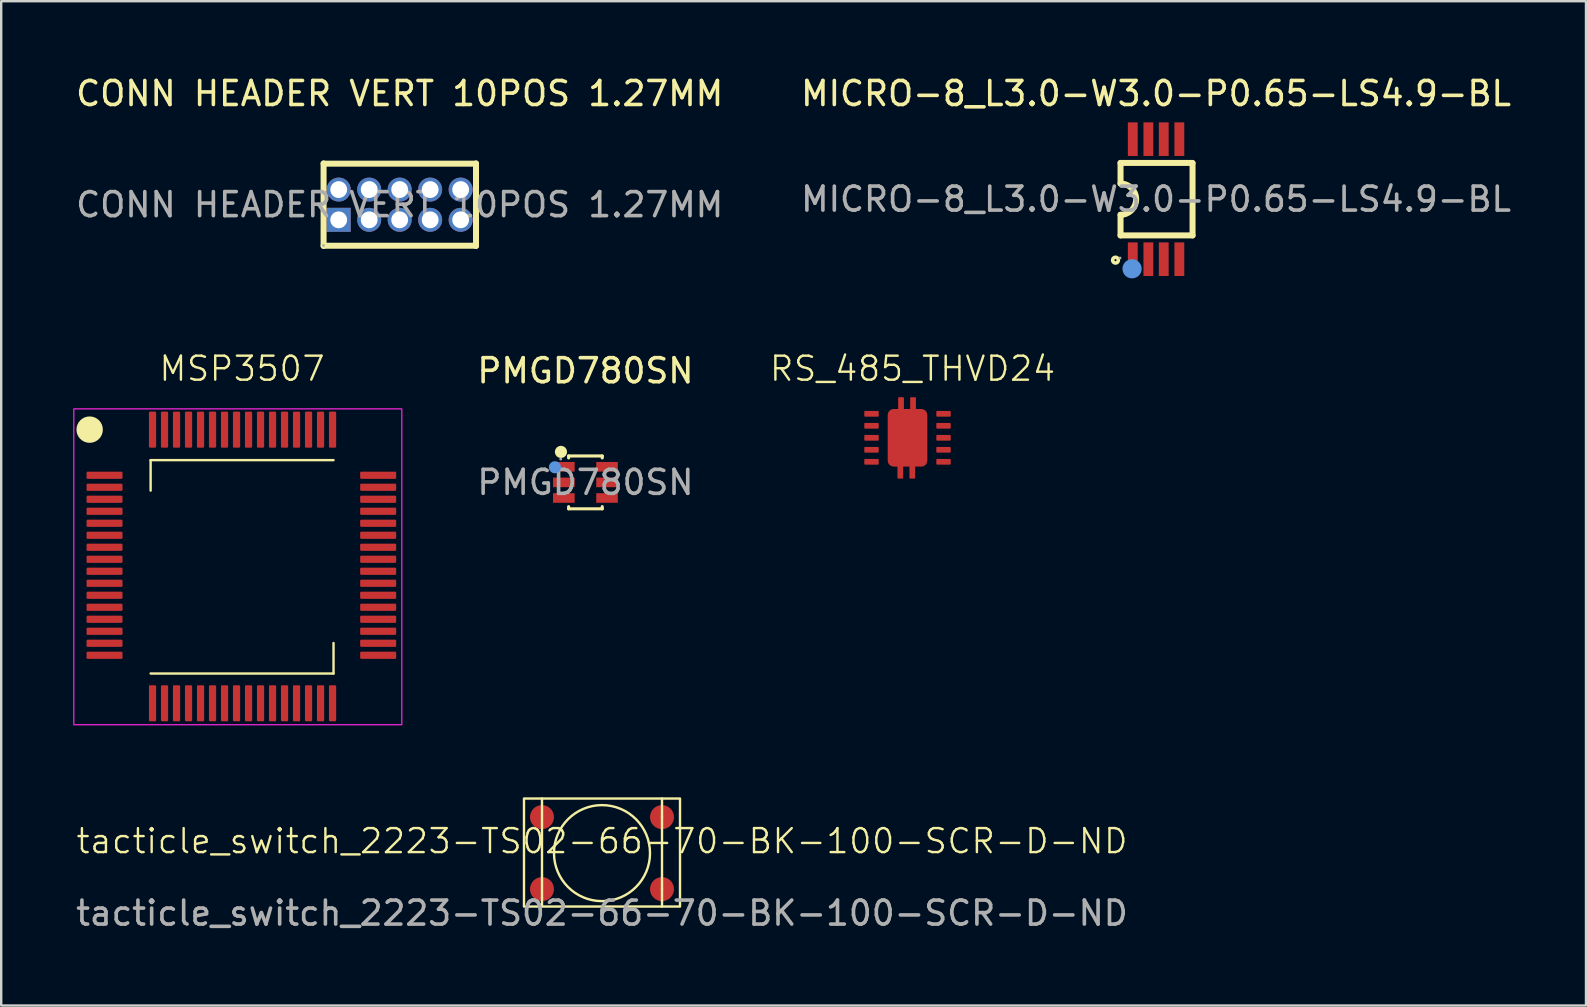
<source format=kicad_pcb>
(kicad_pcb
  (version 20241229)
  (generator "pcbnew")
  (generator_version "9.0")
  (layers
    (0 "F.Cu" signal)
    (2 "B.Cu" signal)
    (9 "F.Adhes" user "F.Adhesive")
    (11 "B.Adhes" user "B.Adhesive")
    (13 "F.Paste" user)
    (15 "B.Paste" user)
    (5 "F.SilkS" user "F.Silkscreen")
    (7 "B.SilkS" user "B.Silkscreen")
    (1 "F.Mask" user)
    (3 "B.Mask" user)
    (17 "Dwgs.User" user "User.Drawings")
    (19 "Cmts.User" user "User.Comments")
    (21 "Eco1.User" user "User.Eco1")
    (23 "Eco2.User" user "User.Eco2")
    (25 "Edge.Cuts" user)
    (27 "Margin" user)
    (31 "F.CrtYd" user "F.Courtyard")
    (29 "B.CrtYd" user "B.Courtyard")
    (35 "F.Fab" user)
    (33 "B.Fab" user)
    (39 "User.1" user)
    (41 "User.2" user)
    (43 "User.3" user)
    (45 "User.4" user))
  (footprint "MICRO-8_L3.0-W3.0-P0.65-LS4.9-BL"
    (layer "F.Cu")
    (at 45.113 5.248)
    (property "Reference" "MICRO-8_L3.0-W3.0-P0.65-LS4.9-BL" (at 0 -4.4 0) (layer "F.SilkS") (effects (font (size 1 1) (thickness 0.15))))
    (attr smd)
    (fp_line (start -1.48 -1.51) (end 1.52 -1.51) (stroke (width 0.25) (type solid)) (layer "F.SilkS"))
    (fp_line (start -1.48 -0.65) (end -1.48 -1.51) (stroke (width 0.25) (type solid)) (layer "F.SilkS"))
    (fp_line (start -1.48 1.51) (end -1.48 0.65) (stroke (width 0.25) (type solid)) (layer "F.SilkS"))
    (fp_line (start -1.48 1.51) (end 1.52 1.51) (stroke (width 0.25) (type solid)) (layer "F.SilkS"))
    (fp_line (start 1.52 1.51) (end 1.52 -1.49) (stroke (width 0.25) (type solid)) (layer "F.SilkS"))
    (fp_arc (start -1.69 2.42) (mid -1.684996 2.659896) (end -1.7 2.420417) (stroke (width 0.15) (type solid)) (layer "F.SilkS"))
    (fp_arc (start -1.48 -0.65) (mid -0.83 0) (end -1.48 0.65) (stroke (width 0.25) (type solid)) (layer "F.SilkS"))
    (fp_circle (center -1 2.9) (end -0.8 2.9) (stroke (width 0.4) (type solid)) (fill no) (layer "Cmts.User"))
    (fp_circle (center -1.5 2.45) (end -1.47 2.45) (stroke (width 0.06) (type solid)) (fill no) (layer "F.Fab"))
    (fp_text user "${REFERENCE}" (at 0 0 0) (layer "F.Fab") (effects (font (size 1 1) (thickness 0.15))))
    (pad "1" smd rect (at -0.97 2.5 90) (size 1.4 0.41) (layers "F.Cu" "F.Mask" "F.Paste"))
    (pad "2" smd rect (at -0.32 2.5 90) (size 1.4 0.41) (layers "F.Cu" "F.Mask" "F.Paste"))
    (pad "3" smd rect (at 0.32 2.5 90) (size 1.4 0.41) (layers "F.Cu" "F.Mask" "F.Paste"))
    (pad "4" smd rect (at 0.97 2.5 90) (size 1.4 0.41) (layers "F.Cu" "F.Mask" "F.Paste"))
    (pad "5" smd rect (at 0.97 -2.5 90) (size 1.4 0.41) (layers "F.Cu" "F.Mask" "F.Paste"))
    (pad "6" smd rect (at 0.32 -2.5 90) (size 1.4 0.41) (layers "F.Cu" "F.Mask" "F.Paste"))
    (pad "7" smd rect (at -0.32 -2.5 90) (size 1.4 0.41) (layers "F.Cu" "F.Mask" "F.Paste"))
    (pad "8" smd rect (at -0.97 -2.5 90) (size 1.4 0.41) (layers "F.Cu" "F.Mask" "F.Paste")))
  (footprint "CONN HEADER VERT 10POS 1.27MM"
    (layer "F.Cu")
    (at 13.601 5.478)
    (property "Reference" "CONN HEADER VERT 10POS 1.27MM" (at 0 -4.63 0) (layer "F.SilkS") (effects (font (size 1 1) (thickness 0.15))))
    (attr through_hole)
    (fp_line (start -3.17 -1.72) (end -3.17 1.72) (stroke (width 0.25) (type solid)) (layer "F.SilkS"))
    (fp_line (start -3.17 -1.71) (end 3.18 -1.71) (stroke (width 0.25) (type solid)) (layer "F.SilkS"))
    (fp_line (start -3.17 1.71) (end 3.18 1.71) (stroke (width 0.25) (type solid)) (layer "F.SilkS"))
    (fp_line (start 3.18 -1.72) (end 3.18 1.72) (stroke (width 0.25) (type solid)) (layer "F.SilkS"))
    (fp_circle (center -3.17 1.7) (end -3.14 1.7) (stroke (width 0.06) (type solid)) (fill no) (layer "F.Fab"))
    (fp_text user "${REFERENCE}" (at 0 0 0) (layer "F.Fab") (effects (font (size 1 1) (thickness 0.15))))
    (pad "1" thru_hole rect (at -2.54 0.63) (size 1 1) (drill 0.7) (layers "*.Cu" "*.Mask"))
    (pad "2" thru_hole circle (at -2.54 -0.63) (size 1 1) (drill 0.7) (layers "*.Cu" "*.Mask"))
    (pad "3" thru_hole circle (at -1.27 0.63) (size 1 1) (drill 0.7) (layers "*.Cu" "*.Mask"))
    (pad "4" thru_hole circle (at -1.27 -0.63) (size 1 1) (drill 0.7) (layers "*.Cu" "*.Mask"))
    (pad "5" thru_hole circle (at 0 0.63) (size 1 1) (drill 0.7) (layers "*.Cu" "*.Mask"))
    (pad "6" thru_hole circle (at 0 -0.63) (size 1 1) (drill 0.7) (layers "*.Cu" "*.Mask"))
    (pad "7" thru_hole circle (at 1.27 0.63) (size 1 1) (drill 0.7) (layers "*.Cu" "*.Mask"))
    (pad "8" thru_hole circle (at 1.27 -0.63) (size 1 1) (drill 0.7) (layers "*.Cu" "*.Mask"))
    (pad "9" thru_hole circle (at 2.54 0.63) (size 1 1) (drill 0.7) (layers "*.Cu" "*.Mask"))
    (pad "10" thru_hole circle (at 2.54 -0.63) (size 1 1) (drill 0.7) (layers "*.Cu" "*.Mask")))
  (footprint "RS_485_THVD24"
    (layer "F.Cu")
    (at 34.758 15.189)
    (property "Reference" "RS_485_THVD24" (at 0.21 -2.88 0) (unlocked yes) (layer "F.SilkS") (effects (font (size 1 1) (thickness 0.1))))
    (attr smd)
    (pad "1" smd roundrect (at -1.5 -1) (size 0.6 0.24) (layers "F.Cu" "F.Mask" "F.Paste") (roundrect_rratio 0.15))
    (pad "1" smd roundrect (at -1.5 -0.5) (size 0.6 0.24) (layers "F.Cu" "F.Mask" "F.Paste") (roundrect_rratio 0.15))
    (pad "1" smd roundrect (at -1.5 0) (size 0.6 0.24) (layers "F.Cu" "F.Mask" "F.Paste") (roundrect_rratio 0.15))
    (pad "1" smd roundrect (at -1.5 0.5) (size 0.6 0.24) (layers "F.Cu" "F.Mask" "F.Paste") (roundrect_rratio 0.15))
    (pad "1" smd roundrect (at -1.5 1) (size 0.6 0.24) (layers "F.Cu" "F.Mask" "F.Paste") (roundrect_rratio 0.15))
    (pad "1" smd roundrect (at 1.5 -1) (size 0.6 0.24) (layers "F.Cu" "F.Mask" "F.Paste") (roundrect_rratio 0.15))
    (pad "1" smd roundrect (at 1.5 -0.5) (size 0.6 0.24) (layers "F.Cu" "F.Mask" "F.Paste") (roundrect_rratio 0.15))
    (pad "1" smd roundrect (at 1.5 0) (size 0.6 0.24) (layers "F.Cu" "F.Mask" "F.Paste") (roundrect_rratio 0.15))
    (pad "1" smd roundrect (at 1.5 0.5) (size 0.6 0.24) (layers "F.Cu" "F.Mask" "F.Paste") (roundrect_rratio 0.15))
    (pad "1" smd roundrect (at 1.5 1) (size 0.6 0.24) (layers "F.Cu" "F.Mask" "F.Paste") (roundrect_rratio 0.15))
    (pad "2" smd circle (at -0.65 0.17 90) (size 0.2 0.2) (layers "F.Cu" "F.Mask" "F.Paste"))
    (pad "2" smd circle (at -0.01 -0.99 90) (size 0.2 0.2) (layers "F.Cu" "F.Mask" "F.Paste"))
    (pad "2" smd circle (at 0.68 0.19 90) (size 0.2 0.2) (layers "F.Cu" "F.Mask" "F.Paste"))
    (pad "11" smd roundrect (at -0.3 1.4 90) (size 0.6 0.24) (layers "F.Cu" "F.Mask" "F.Paste") (roundrect_rratio 0.15))
    (pad "11" smd roundrect (at -0.27 -1.39 90) (size 0.6 0.24) (layers "F.Cu" "F.Mask" "F.Paste") (roundrect_rratio 0.15))
    (pad "11" smd roundrect (at 0 0 90) (size 2.4 1.65) (layers "F.Cu" "F.Mask" "F.Paste") (roundrect_rratio 0.15))
    (pad "11" smd roundrect (at 0.2 1.4 90) (size 0.6 0.24) (layers "F.Cu" "F.Mask" "F.Paste") (roundrect_rratio 0.15))
    (pad "11" smd roundrect (at 0.23 -1.39 90) (size 0.6 0.24) (layers "F.Cu" "F.Mask" "F.Paste") (roundrect_rratio 0.15)))
  (footprint "MSP3507"
    (layer "F.Cu")
    (at 7.035 21.199)
    (property "Reference" "MSP3507" (at 0 -8.89 0) (unlocked yes) (layer "F.SilkS") (effects (font (size 1 1) (thickness 0.1))))
    (attr smd)
    (fp_line (start -3.81 -5.08) (end -3.81 -3.81) (stroke (width 0.1) (type default)) (layer "F.SilkS"))
    (fp_line (start -3.81 3.81) (end 3.81 3.81) (stroke (width 0.1) (type default)) (layer "F.SilkS"))
    (fp_line (start 3.81 -5.08) (end -3.81 -5.08) (stroke (width 0.1) (type default)) (layer "F.SilkS"))
    (fp_line (start 3.81 3.81) (end 3.81 2.54) (stroke (width 0.1) (type default)) (layer "F.SilkS"))
    (fp_circle (center -6.35 -6.35) (end -5.85 -6.35) (stroke (width 0.1) (type default)) (fill yes) (layer "F.SilkS"))
    (fp_rect (start -7.01 -7.214) (end 6.655 5.944) (stroke (width 0.05) (type default)) (fill no) (layer "F.CrtYd"))
    (pad "2" smd roundrect (at -5.73 -4.45) (size 1.5 0.3) (layers "F.Cu" "F.Mask" "F.Paste") (roundrect_rratio 0.15))
    (pad "2" smd roundrect (at -5.73 -3.95) (size 1.5 0.3) (layers "F.Cu" "F.Mask" "F.Paste") (roundrect_rratio 0.15))
    (pad "2" smd roundrect (at -5.73 -3.45) (size 1.5 0.3) (layers "F.Cu" "F.Mask" "F.Paste") (roundrect_rratio 0.15))
    (pad "2" smd roundrect (at -5.73 -2.95) (size 1.5 0.3) (layers "F.Cu" "F.Mask" "F.Paste") (roundrect_rratio 0.15))
    (pad "2" smd roundrect (at -5.73 -2.45) (size 1.5 0.3) (layers "F.Cu" "F.Mask" "F.Paste") (roundrect_rratio 0.15))
    (pad "2" smd roundrect (at -5.73 -1.95) (size 1.5 0.3) (layers "F.Cu" "F.Mask" "F.Paste") (roundrect_rratio 0.15))
    (pad "2" smd roundrect (at -5.73 -1.45) (size 1.5 0.3) (layers "F.Cu" "F.Mask" "F.Paste") (roundrect_rratio 0.15))
    (pad "2" smd roundrect (at -5.73 -0.95) (size 1.5 0.3) (layers "F.Cu" "F.Mask" "F.Paste") (roundrect_rratio 0.15))
    (pad "2" smd roundrect (at -5.73 -0.45) (size 1.5 0.3) (layers "F.Cu" "F.Mask" "F.Paste") (roundrect_rratio 0.15))
    (pad "2" smd roundrect (at -5.73 0.05) (size 1.5 0.3) (layers "F.Cu" "F.Mask" "F.Paste") (roundrect_rratio 0.15))
    (pad "2" smd roundrect (at -5.73 0.55) (size 1.5 0.3) (layers "F.Cu" "F.Mask" "F.Paste") (roundrect_rratio 0.15))
    (pad "2" smd roundrect (at -5.73 1.05) (size 1.5 0.3) (layers "F.Cu" "F.Mask" "F.Paste") (roundrect_rratio 0.15))
    (pad "2" smd roundrect (at -5.73 1.55) (size 1.5 0.3) (layers "F.Cu" "F.Mask" "F.Paste") (roundrect_rratio 0.15))
    (pad "2" smd roundrect (at -5.73 2.05) (size 1.5 0.3) (layers "F.Cu" "F.Mask" "F.Paste") (roundrect_rratio 0.15))
    (pad "2" smd roundrect (at -5.73 2.55) (size 1.5 0.3) (layers "F.Cu" "F.Mask" "F.Paste") (roundrect_rratio 0.15))
    (pad "2" smd roundrect (at -5.73 3.05) (size 1.5 0.3) (layers "F.Cu" "F.Mask" "F.Paste") (roundrect_rratio 0.15))
    (pad "2" smd roundrect (at -3.73 -6.35 90) (size 1.5 0.3) (layers "F.Cu" "F.Mask" "F.Paste") (roundrect_rratio 0.15))
    (pad "2" smd roundrect (at -3.73 5.05 90) (size 1.5 0.3) (layers "F.Cu" "F.Mask" "F.Paste") (roundrect_rratio 0.15))
    (pad "2" smd roundrect (at -3.23 -6.35 90) (size 1.5 0.3) (layers "F.Cu" "F.Mask" "F.Paste") (roundrect_rratio 0.15))
    (pad "2" smd roundrect (at -3.23 5.05 90) (size 1.5 0.3) (layers "F.Cu" "F.Mask" "F.Paste") (roundrect_rratio 0.15))
    (pad "2" smd roundrect (at -2.73 -6.35 90) (size 1.5 0.3) (layers "F.Cu" "F.Mask" "F.Paste") (roundrect_rratio 0.15))
    (pad "2" smd roundrect (at -2.73 5.05 90) (size 1.5 0.3) (layers "F.Cu" "F.Mask" "F.Paste") (roundrect_rratio 0.15))
    (pad "2" smd roundrect (at -2.23 -6.35 90) (size 1.5 0.3) (layers "F.Cu" "F.Mask" "F.Paste") (roundrect_rratio 0.15))
    (pad "2" smd roundrect (at -2.23 5.05 90) (size 1.5 0.3) (layers "F.Cu" "F.Mask" "F.Paste") (roundrect_rratio 0.15))
    (pad "2" smd roundrect (at -1.73 -6.35 90) (size 1.5 0.3) (layers "F.Cu" "F.Mask" "F.Paste") (roundrect_rratio 0.15))
    (pad "2" smd roundrect (at -1.73 5.05 90) (size 1.5 0.3) (layers "F.Cu" "F.Mask" "F.Paste") (roundrect_rratio 0.15))
    (pad "2" smd roundrect (at -1.23 -6.35 90) (size 1.5 0.3) (layers "F.Cu" "F.Mask" "F.Paste") (roundrect_rratio 0.15))
    (pad "2" smd roundrect (at -1.23 5.05 90) (size 1.5 0.3) (layers "F.Cu" "F.Mask" "F.Paste") (roundrect_rratio 0.15))
    (pad "2" smd roundrect (at -0.73 -6.35 90) (size 1.5 0.3) (layers "F.Cu" "F.Mask" "F.Paste") (roundrect_rratio 0.15))
    (pad "2" smd roundrect (at -0.73 5.05 90) (size 1.5 0.3) (layers "F.Cu" "F.Mask" "F.Paste") (roundrect_rratio 0.15))
    (pad "2" smd roundrect (at -0.23 -6.35 90) (size 1.5 0.3) (layers "F.Cu" "F.Mask" "F.Paste") (roundrect_rratio 0.15))
    (pad "2" smd roundrect (at -0.23 5.05 90) (size 1.5 0.3) (layers "F.Cu" "F.Mask" "F.Paste") (roundrect_rratio 0.15))
    (pad "2" smd roundrect (at 0.27 -6.35 90) (size 1.5 0.3) (layers "F.Cu" "F.Mask" "F.Paste") (roundrect_rratio 0.15))
    (pad "2" smd roundrect (at 0.27 5.05 90) (size 1.5 0.3) (layers "F.Cu" "F.Mask" "F.Paste") (roundrect_rratio 0.15))
    (pad "2" smd roundrect (at 0.77 -6.35 90) (size 1.5 0.3) (layers "F.Cu" "F.Mask" "F.Paste") (roundrect_rratio 0.15))
    (pad "2" smd roundrect (at 0.77 5.05 90) (size 1.5 0.3) (layers "F.Cu" "F.Mask" "F.Paste") (roundrect_rratio 0.15))
    (pad "2" smd roundrect (at 1.27 -6.35 90) (size 1.5 0.3) (layers "F.Cu" "F.Mask" "F.Paste") (roundrect_rratio 0.15))
    (pad "2" smd roundrect (at 1.27 5.05 90) (size 1.5 0.3) (layers "F.Cu" "F.Mask" "F.Paste") (roundrect_rratio 0.15))
    (pad "2" smd roundrect (at 1.77 -6.35 90) (size 1.5 0.3) (layers "F.Cu" "F.Mask" "F.Paste") (roundrect_rratio 0.15))
    (pad "2" smd roundrect (at 1.77 5.05 90) (size 1.5 0.3) (layers "F.Cu" "F.Mask" "F.Paste") (roundrect_rratio 0.15))
    (pad "2" smd roundrect (at 2.27 -6.35 90) (size 1.5 0.3) (layers "F.Cu" "F.Mask" "F.Paste") (roundrect_rratio 0.15))
    (pad "2" smd roundrect (at 2.27 5.05 90) (size 1.5 0.3) (layers "F.Cu" "F.Mask" "F.Paste") (roundrect_rratio 0.15))
    (pad "2" smd roundrect (at 2.77 -6.35 90) (size 1.5 0.3) (layers "F.Cu" "F.Mask" "F.Paste") (roundrect_rratio 0.15))
    (pad "2" smd roundrect (at 2.77 5.05 90) (size 1.5 0.3) (layers "F.Cu" "F.Mask" "F.Paste") (roundrect_rratio 0.15))
    (pad "2" smd roundrect (at 3.27 -6.35 90) (size 1.5 0.3) (layers "F.Cu" "F.Mask" "F.Paste") (roundrect_rratio 0.15))
    (pad "2" smd roundrect (at 3.27 5.05 90) (size 1.5 0.3) (layers "F.Cu" "F.Mask" "F.Paste") (roundrect_rratio 0.15))
    (pad "2" smd roundrect (at 3.77 -6.35 90) (size 1.5 0.3) (layers "F.Cu" "F.Mask" "F.Paste") (roundrect_rratio 0.15))
    (pad "2" smd roundrect (at 3.77 5.05 90) (size 1.5 0.3) (layers "F.Cu" "F.Mask" "F.Paste") (roundrect_rratio 0.15))
    (pad "2" smd roundrect (at 5.67 -4.45) (size 1.5 0.3) (layers "F.Cu" "F.Mask" "F.Paste") (roundrect_rratio 0.15))
    (pad "2" smd roundrect (at 5.67 -3.95) (size 1.5 0.3) (layers "F.Cu" "F.Mask" "F.Paste") (roundrect_rratio 0.15))
    (pad "2" smd roundrect (at 5.67 -3.45) (size 1.5 0.3) (layers "F.Cu" "F.Mask" "F.Paste") (roundrect_rratio 0.15))
    (pad "2" smd roundrect (at 5.67 -2.95) (size 1.5 0.3) (layers "F.Cu" "F.Mask" "F.Paste") (roundrect_rratio 0.15))
    (pad "2" smd roundrect (at 5.67 -2.45) (size 1.5 0.3) (layers "F.Cu" "F.Mask" "F.Paste") (roundrect_rratio 0.15))
    (pad "2" smd roundrect (at 5.67 -1.95) (size 1.5 0.3) (layers "F.Cu" "F.Mask" "F.Paste") (roundrect_rratio 0.15))
    (pad "2" smd roundrect (at 5.67 -1.45) (size 1.5 0.3) (layers "F.Cu" "F.Mask" "F.Paste") (roundrect_rratio 0.15))
    (pad "2" smd roundrect (at 5.67 -0.95) (size 1.5 0.3) (layers "F.Cu" "F.Mask" "F.Paste") (roundrect_rratio 0.15))
    (pad "2" smd roundrect (at 5.67 -0.45) (size 1.5 0.3) (layers "F.Cu" "F.Mask" "F.Paste") (roundrect_rratio 0.15))
    (pad "2" smd roundrect (at 5.67 0.05) (size 1.5 0.3) (layers "F.Cu" "F.Mask" "F.Paste") (roundrect_rratio 0.15))
    (pad "2" smd roundrect (at 5.67 0.55) (size 1.5 0.3) (layers "F.Cu" "F.Mask" "F.Paste") (roundrect_rratio 0.15))
    (pad "2" smd roundrect (at 5.67 1.05) (size 1.5 0.3) (layers "F.Cu" "F.Mask" "F.Paste") (roundrect_rratio 0.15))
    (pad "2" smd roundrect (at 5.67 1.55) (size 1.5 0.3) (layers "F.Cu" "F.Mask" "F.Paste") (roundrect_rratio 0.15))
    (pad "2" smd roundrect (at 5.67 2.05) (size 1.5 0.3) (layers "F.Cu" "F.Mask" "F.Paste") (roundrect_rratio 0.15))
    (pad "2" smd roundrect (at 5.67 2.55) (size 1.5 0.3) (layers "F.Cu" "F.Mask" "F.Paste") (roundrect_rratio 0.15))
    (pad "2" smd roundrect (at 5.67 3.05) (size 1.5 0.3) (layers "F.Cu" "F.Mask" "F.Paste") (roundrect_rratio 0.15)))
  (footprint "PMGD780SN"
    (layer "F.Cu")
    (at 21.34 17.047)
    (property "Reference" "PMGD780SN" (at 0 -4.65 0) (layer "F.SilkS") (effects (font (size 1 1) (thickness 0.15))))
    (attr smd)
    (fp_line (start -0.7 -1.1) (end -0.7 -1.02) (stroke (width 0.13) (type solid)) (layer "F.SilkS"))
    (fp_line (start -0.7 -1.1) (end 0.7 -1.1) (stroke (width 0.13) (type solid)) (layer "F.SilkS"))
    (fp_line (start -0.7 1.01) (end -0.7 1.1) (stroke (width 0.13) (type solid)) (layer "F.SilkS"))
    (fp_line (start -0.7 1.1) (end 0.7 1.1) (stroke (width 0.13) (type solid)) (layer "F.SilkS"))
    (fp_line (start 0.7 -1.1) (end 0.7 -1.02) (stroke (width 0.13) (type solid)) (layer "F.SilkS"))
    (fp_line (start 0.7 1.01) (end 0.7 1.1) (stroke (width 0.13) (type solid)) (layer "F.SilkS"))
    (fp_circle (center -1.02 -1.27) (end -1.15 -1.27) (stroke (width 0.25) (type solid)) (fill no) (layer "F.SilkS"))
    (fp_circle (center -1.27 -0.63) (end -1.4 -0.63) (stroke (width 0.25) (type solid)) (fill no) (layer "Cmts.User"))
    (fp_circle (center -1.03 -0.97) (end -1.06 -0.97) (stroke (width 0.06) (type solid)) (fill no) (layer "F.Fab"))
    (fp_text user "${REFERENCE}" (at 0 0 0) (layer "F.Fab") (effects (font (size 1 1) (thickness 0.15))))
    (pad "1" smd rect (at -0.9 -0.65 270) (size 0.4 0.9) (layers "F.Cu" "F.Mask" "F.Paste"))
    (pad "2" smd rect (at -0.9 0 270) (size 0.4 0.9) (layers "F.Cu" "F.Mask" "F.Paste"))
    (pad "3" smd rect (at -0.9 0.65 270) (size 0.4 0.9) (layers "F.Cu" "F.Mask" "F.Paste"))
    (pad "4" smd rect (at 0.9 0.65 270) (size 0.4 0.9) (layers "F.Cu" "F.Mask" "F.Paste"))
    (pad "5" smd rect (at 0.9 0 270) (size 0.4 0.9) (layers "F.Cu" "F.Mask" "F.Paste"))
    (pad "6" smd rect (at 0.9 -0.65 270) (size 0.4 0.9) (layers "F.Cu" "F.Mask" "F.Paste")))
  (footprint "tacticle_switch_2223-TS02-66-70-BK-100-SCR-D-ND"
    (layer "F.Cu")
    (at 22.03 32.492)
    (property "Reference" "tacticle_switch_2223-TS02-66-70-BK-100-SCR-D-ND" (at 0 -0.5 0) (unlocked yes) (layer "F.SilkS") (effects (font (size 1 1) (thickness 0.1))))
    (attr smd)
    (fp_line (start -2.5 1.863) (end -2.5 -2.275) (stroke (width 0.1) (type default)) (layer "F.SilkS"))
    (fp_line (start -2.5 2.181) (end -2.5 1.863) (stroke (width 0.1) (type default)) (layer "F.SilkS"))
    (fp_line (start 2.5 -1.5) (end 2.5 -2.275) (stroke (width 0.1) (type default)) (layer "F.SilkS"))
    (fp_line (start 2.5 -1.5) (end 2.5 1.5) (stroke (width 0.1) (type default)) (layer "F.SilkS"))
    (fp_line (start 2.5 1.5) (end 2.5 2) (stroke (width 0.1) (type default)) (layer "F.SilkS"))
    (fp_line (start 2.5 2) (end 2.5 2.225) (stroke (width 0.1) (type default)) (layer "F.SilkS"))
    (fp_rect (start -3.25 -2.275) (end 3.25 2.225) (stroke (width 0.1) (type solid)) (fill no) (layer "F.SilkS"))
    (fp_circle (center 0 0) (end 0 2) (stroke (width 0.1) (type default)) (fill no) (layer "F.SilkS"))
    (fp_text user "${REFERENCE}" (at 0 2.5 0) (unlocked yes) (layer "F.Fab") (effects (font (size 1 1) (thickness 0.15))))
    (pad "1" smd circle (at -2.5 -1.5) (size 1 1) (layers "F.Cu" "F.Mask" "F.Paste"))
    (pad "1" smd circle (at 2.5 -1.5) (size 1 1) (layers "F.Cu" "F.Mask" "F.Paste"))
    (pad "2" smd circle (at -2.5 1.5) (size 1 1) (layers "F.Cu" "F.Mask" "F.Paste"))
    (pad "2" smd circle (at 2.5 1.5) (size 1 1) (layers "F.Cu" "F.Mask" "F.Paste")))
  (gr_rect
    (start -3 -3)
    (end 63.024 38.841)
    (stroke (width 0.1) (type default))
    (fill no)
    (layer "Edge.Cuts")))
</source>
